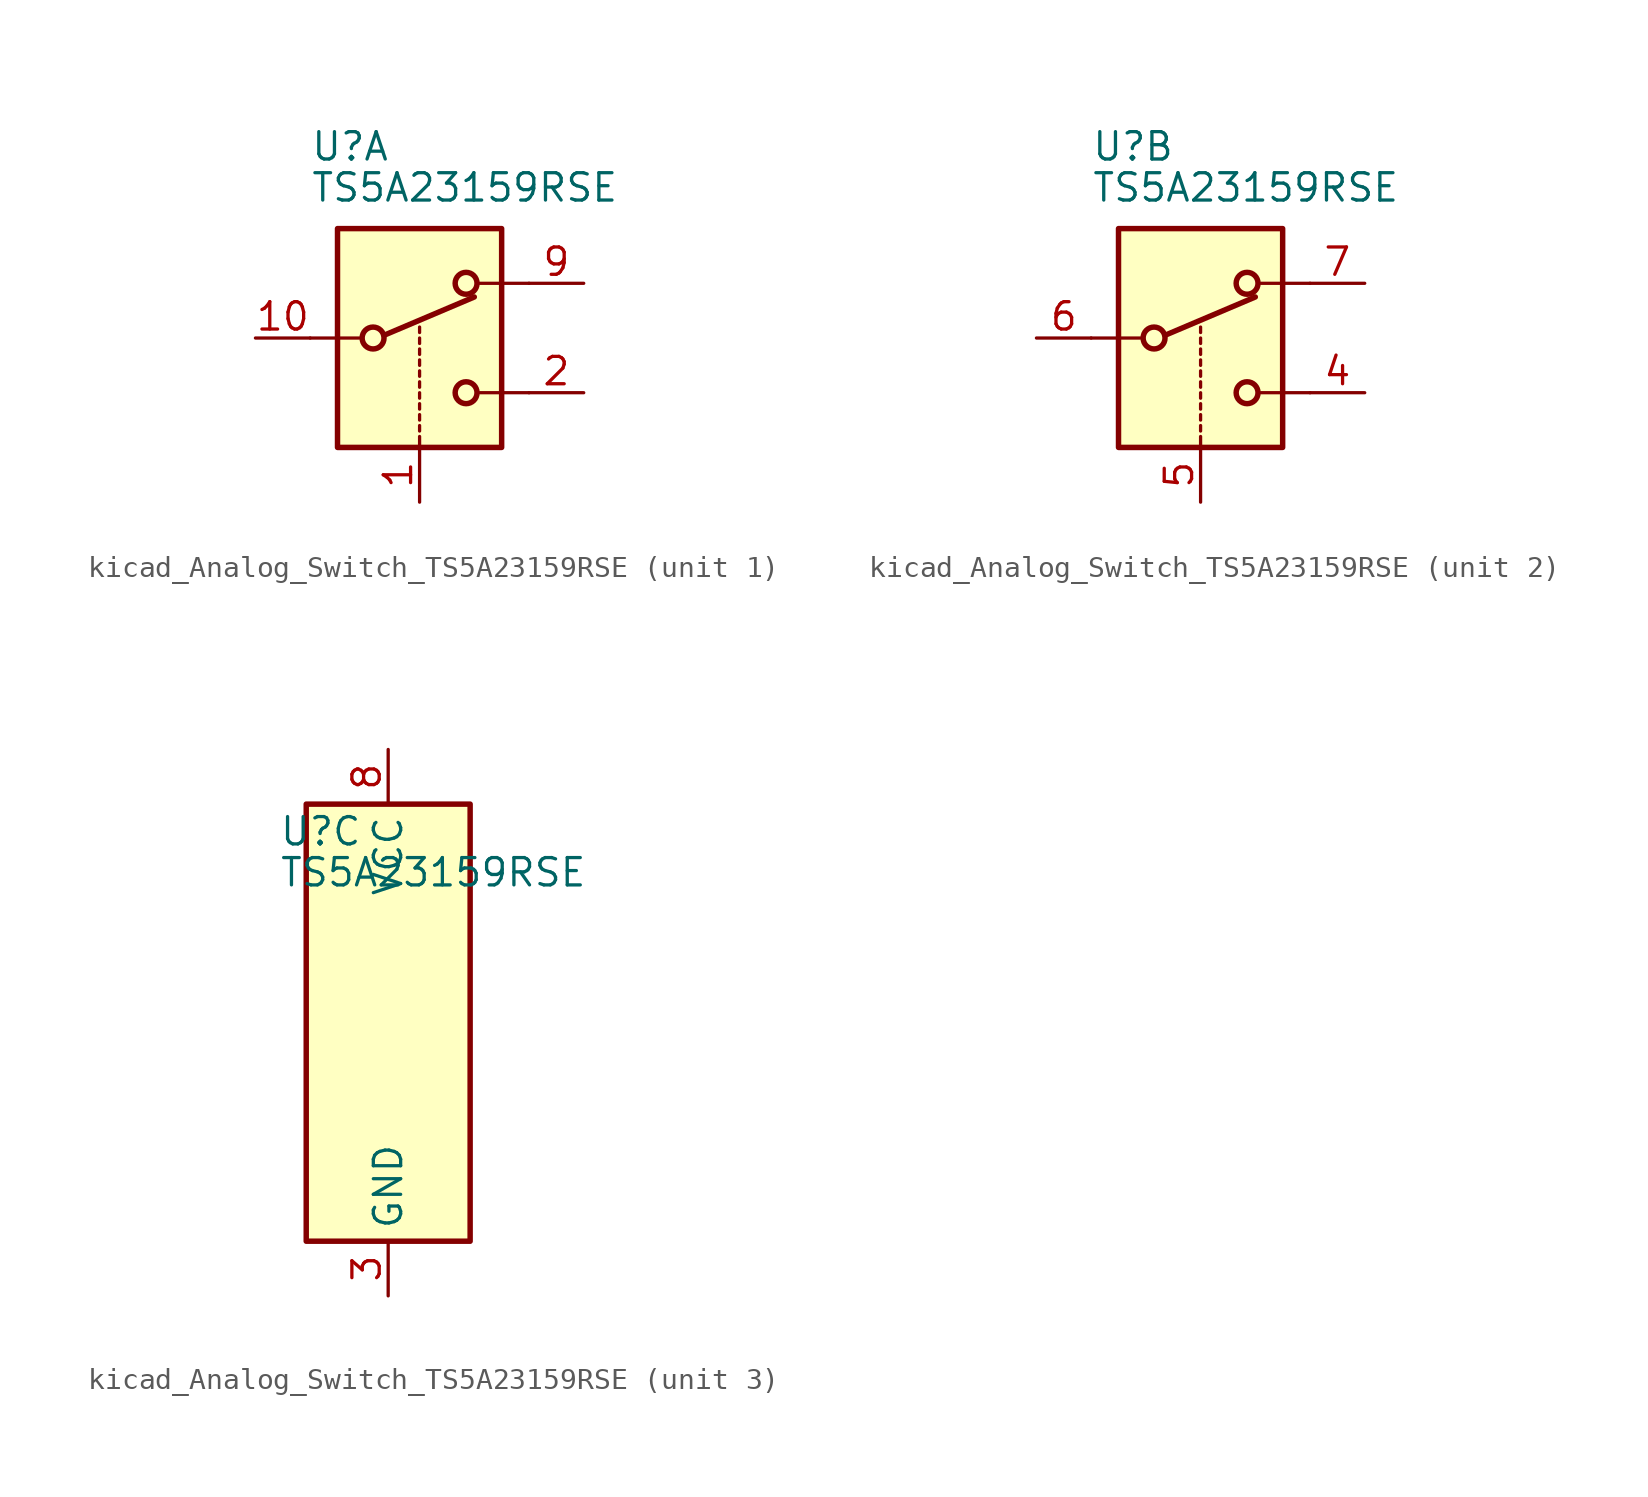
<source format=kicad_sym>
(kicad_symbol_lib
  (version 20220914)
  (generator kicad_symbol_editor)
  (symbol "kicad_Analog_Switch_TS5A23159RSE"
    (property "Reference" "U"
      (at -5.08 8.89 0)
      (effects (font (size 1.27 1.27)) (justify left)))
    (property "Value" "TS5A23159RSE"
      (at -5.08 6.985 0)
      (effects (font (size 1.27 1.27)) (justify left)))
    (property "ki_locked" ""
      (at 0 0 0)
      (effects (font (size 1.27 1.27))))
    (symbol "kicad_Analog_Switch_TS5A23159RSE_1_1"
      (rectangle (start -3.81 5.08) (end 3.81 -5.08) (stroke (width 0.254) (type default)) (fill (type background)))
      (circle (center -2.159 0) (radius 0.508) (stroke (width 0.254) (type default)) (fill (type none)))
      (polyline (pts (xy -5.08 0) (xy -2.794 0)) (stroke (width 0) (type default)) (fill (type none)))
      (polyline (pts (xy -1.651 0.127) (xy 2.54 1.905)) (stroke (width 0.254) (type default)) (fill (type none)))
      (polyline (pts (xy 0 -5.08) (xy 0 -4.572)) (stroke (width 0) (type default)) (fill (type none)))
      (polyline (pts (xy 0 -4.318) (xy 0 -4.064)) (stroke (width 0) (type default)) (fill (type none)))
      (polyline (pts (xy 0 -3.81) (xy 0 -3.556)) (stroke (width 0) (type default)) (fill (type none)))
      (polyline (pts (xy 0 -3.302) (xy 0 -3.048)) (stroke (width 0) (type default)) (fill (type none)))
      (polyline (pts (xy 0 -2.794) (xy 0 -2.54)) (stroke (width 0) (type default)) (fill (type none)))
      (polyline (pts (xy 0 -2.286) (xy 0 -2.032)) (stroke (width 0) (type default)) (fill (type none)))
      (polyline (pts (xy 0 -1.778) (xy 0 -1.524)) (stroke (width 0) (type default)) (fill (type none)))
      (polyline (pts (xy 0 -1.27) (xy 0 -1.016)) (stroke (width 0) (type default)) (fill (type none)))
      (polyline (pts (xy 0 -0.762) (xy 0 -0.508)) (stroke (width 0) (type default)) (fill (type none)))
      (polyline (pts (xy 0 -0.254) (xy 0 0)) (stroke (width 0) (type default)) (fill (type none)))
      (polyline (pts (xy 0 0.254) (xy 0 0.508)) (stroke (width 0) (type default)) (fill (type none)))
      (polyline (pts (xy 5.08 -2.54) (xy 2.794 -2.54)) (stroke (width 0) (type default)) (fill (type none)))
      (polyline (pts (xy 5.08 2.54) (xy 2.794 2.54)) (stroke (width 0) (type default)) (fill (type none)))
      (circle (center 2.159 -2.54) (radius 0.508) (stroke (width 0.254) (type default)) (fill (type none)))
      (circle (center 2.159 2.54) (radius 0.508) (stroke (width 0.254) (type default)) (fill (type none)))
      (pin input line (at 0 -7.62 90) (length 2.54) (name "~" (effects (font (size 1.27 1.27)))) (number "1" (effects (font (size 1.27 1.27)))))
      (pin passive line (at -7.62 0 0) (length 2.54) (name "~" (effects (font (size 1.27 1.27)))) (number "10" (effects (font (size 1.27 1.27)))))
      (pin passive line (at 7.62 -2.54 180) (length 2.54) (name "~" (effects (font (size 1.27 1.27)))) (number "2" (effects (font (size 1.27 1.27)))))
      (pin passive line (at 7.62 2.54 180) (length 2.54) (name "~" (effects (font (size 1.27 1.27)))) (number "9" (effects (font (size 1.27 1.27))))))
    (symbol "kicad_Analog_Switch_TS5A23159RSE_2_1"
      (rectangle (start -3.81 5.08) (end 3.81 -5.08) (stroke (width 0.254) (type default)) (fill (type background)))
      (circle (center -2.159 0) (radius 0.508) (stroke (width 0.254) (type default)) (fill (type none)))
      (polyline (pts (xy -5.08 0) (xy -2.794 0)) (stroke (width 0) (type default)) (fill (type none)))
      (polyline (pts (xy -1.651 0.127) (xy 2.54 1.905)) (stroke (width 0.254) (type default)) (fill (type none)))
      (polyline (pts (xy 0 -5.08) (xy 0 -4.572)) (stroke (width 0) (type default)) (fill (type none)))
      (polyline (pts (xy 0 -4.318) (xy 0 -4.064)) (stroke (width 0) (type default)) (fill (type none)))
      (polyline (pts (xy 0 -3.81) (xy 0 -3.556)) (stroke (width 0) (type default)) (fill (type none)))
      (polyline (pts (xy 0 -3.302) (xy 0 -3.048)) (stroke (width 0) (type default)) (fill (type none)))
      (polyline (pts (xy 0 -2.794) (xy 0 -2.54)) (stroke (width 0) (type default)) (fill (type none)))
      (polyline (pts (xy 0 -2.286) (xy 0 -2.032)) (stroke (width 0) (type default)) (fill (type none)))
      (polyline (pts (xy 0 -1.778) (xy 0 -1.524)) (stroke (width 0) (type default)) (fill (type none)))
      (polyline (pts (xy 0 -1.27) (xy 0 -1.016)) (stroke (width 0) (type default)) (fill (type none)))
      (polyline (pts (xy 0 -0.762) (xy 0 -0.508)) (stroke (width 0) (type default)) (fill (type none)))
      (polyline (pts (xy 0 -0.254) (xy 0 0)) (stroke (width 0) (type default)) (fill (type none)))
      (polyline (pts (xy 0 0.254) (xy 0 0.508)) (stroke (width 0) (type default)) (fill (type none)))
      (polyline (pts (xy 5.08 -2.54) (xy 2.794 -2.54)) (stroke (width 0) (type default)) (fill (type none)))
      (polyline (pts (xy 5.08 2.54) (xy 2.794 2.54)) (stroke (width 0) (type default)) (fill (type none)))
      (circle (center 2.159 -2.54) (radius 0.508) (stroke (width 0.254) (type default)) (fill (type none)))
      (circle (center 2.159 2.54) (radius 0.508) (stroke (width 0.254) (type default)) (fill (type none)))
      (pin passive line (at 7.62 -2.54 180) (length 2.54) (name "~" (effects (font (size 1.27 1.27)))) (number "4" (effects (font (size 1.27 1.27)))))
      (pin input line (at 0 -7.62 90) (length 2.54) (name "~" (effects (font (size 1.27 1.27)))) (number "5" (effects (font (size 1.27 1.27)))))
      (pin passive line (at -7.62 0 0) (length 2.54) (name "~" (effects (font (size 1.27 1.27)))) (number "6" (effects (font (size 1.27 1.27)))))
      (pin passive line (at 7.62 2.54 180) (length 2.54) (name "~" (effects (font (size 1.27 1.27)))) (number "7" (effects (font (size 1.27 1.27))))))
    (symbol "kicad_Analog_Switch_TS5A23159RSE_3_1"
      (rectangle (start -3.81 10.16) (end 3.81 -10.16) (stroke (width 0.254) (type default)) (fill (type background)))
      (pin power_in line (at 0 -12.7 90) (length 2.54) (name "GND" (effects (font (size 1.27 1.27)))) (number "3" (effects (font (size 1.27 1.27)))))
      (pin power_in line (at 0 12.7 270) (length 2.54) (name "VCC" (effects (font (size 1.27 1.27)))) (number "8" (effects (font (size 1.27 1.27))))))))
</source>
